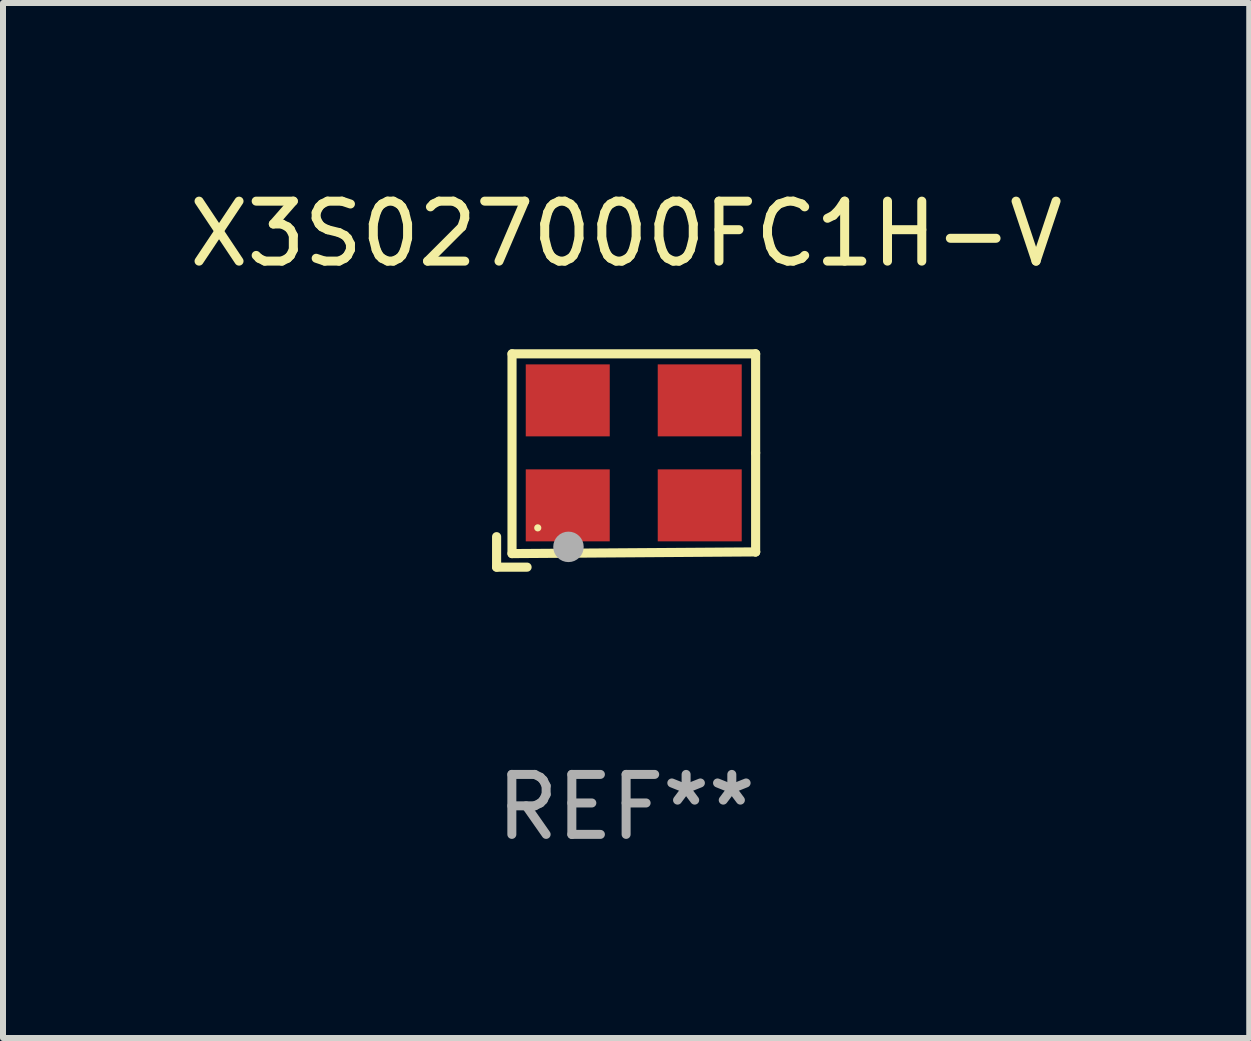
<source format=kicad_pcb>
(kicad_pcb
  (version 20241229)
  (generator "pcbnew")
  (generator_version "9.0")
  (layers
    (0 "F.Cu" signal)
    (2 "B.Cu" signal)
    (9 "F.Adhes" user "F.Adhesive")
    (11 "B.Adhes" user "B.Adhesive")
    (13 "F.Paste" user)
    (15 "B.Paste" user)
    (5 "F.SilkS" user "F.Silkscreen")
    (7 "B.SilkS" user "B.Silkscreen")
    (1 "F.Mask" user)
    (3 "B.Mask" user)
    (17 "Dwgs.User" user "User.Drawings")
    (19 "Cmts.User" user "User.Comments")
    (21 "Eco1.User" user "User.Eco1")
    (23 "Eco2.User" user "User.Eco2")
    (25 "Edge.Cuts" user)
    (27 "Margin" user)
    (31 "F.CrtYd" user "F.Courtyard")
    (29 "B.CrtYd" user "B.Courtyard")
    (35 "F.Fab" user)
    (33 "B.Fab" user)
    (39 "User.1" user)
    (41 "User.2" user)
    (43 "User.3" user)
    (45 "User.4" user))
  (footprint "X3S027000FC1H-V"
    (layer "F.Cu")
    (at 7.387 4.626)
    (property "Reference" "X3S027000FC1H-V" (at 0 -3.778 0) (layer "F.SilkS") (effects (font (size 1 1) (thickness 0.15))))
    (attr through_hole)
    (fp_line (start -2.159 1.27) (end -2.159 1.778) (stroke (width 0.152) (type solid)) (layer "F.SilkS"))
    (fp_line (start -2.159 1.778) (end -1.651 1.778) (stroke (width 0.152) (type solid)) (layer "F.SilkS"))
    (fp_line (start -1.902 -1.778) (end 2.159 -1.778) (stroke (width 0.152) (type solid)) (layer "F.SilkS"))
    (fp_line (start -1.902 1.552) (end -1.902 -1.778) (stroke (width 0.152) (type solid)) (layer "F.SilkS"))
    (fp_line (start 2.159 -1.778) (end 2.159 -0.127) (stroke (width 0.152) (type solid)) (layer "F.SilkS"))
    (fp_line (start 2.159 -0.127) (end 2.159 1.524) (stroke (width 0.152) (type solid)) (layer "F.SilkS"))
    (fp_line (start 2.159 1.524) (end -1.902 1.552) (stroke (width 0.152) (type solid)) (layer "F.SilkS"))
    (fp_line (start 2.159 1.524) (end 2.159 1.524) (stroke (width 0.152) (type solid)) (layer "F.SilkS"))
    (fp_circle (center -1.473 1.123) (end -1.443 1.123) (stroke (width 0.06) (type solid)) (fill no) (layer "F.SilkS"))
    (fp_circle (center -0.961 1.44) (end -0.834 1.44) (stroke (width 0.254) (type solid)) (fill no) (layer "F.Fab"))
    (fp_text user "REF**" (at 0 5.778 0) (layer "F.Fab") (effects (font (size 1 1) (thickness 0.15))))
    (pad "1" smd rect (at -0.973 0.748) (size 1.4 1.2) (layers "F.Cu" "F.Mask" "F.Paste"))
    (pad "2" smd rect (at 1.227 0.748) (size 1.4 1.2) (layers "F.Cu" "F.Mask" "F.Paste"))
    (pad "3" smd rect (at 1.227 -1.002) (size 1.4 1.2) (layers "F.Cu" "F.Mask" "F.Paste"))
    (pad "4" smd rect (at -0.973 -1.002) (size 1.4 1.2) (layers "F.Cu" "F.Mask" "F.Paste")))
  (gr_rect
    (start -3 -3)
    (end 17.774 14.253)
    (stroke (width 0.1) (type default))
    (fill no)
    (layer "Edge.Cuts")))
</source>
